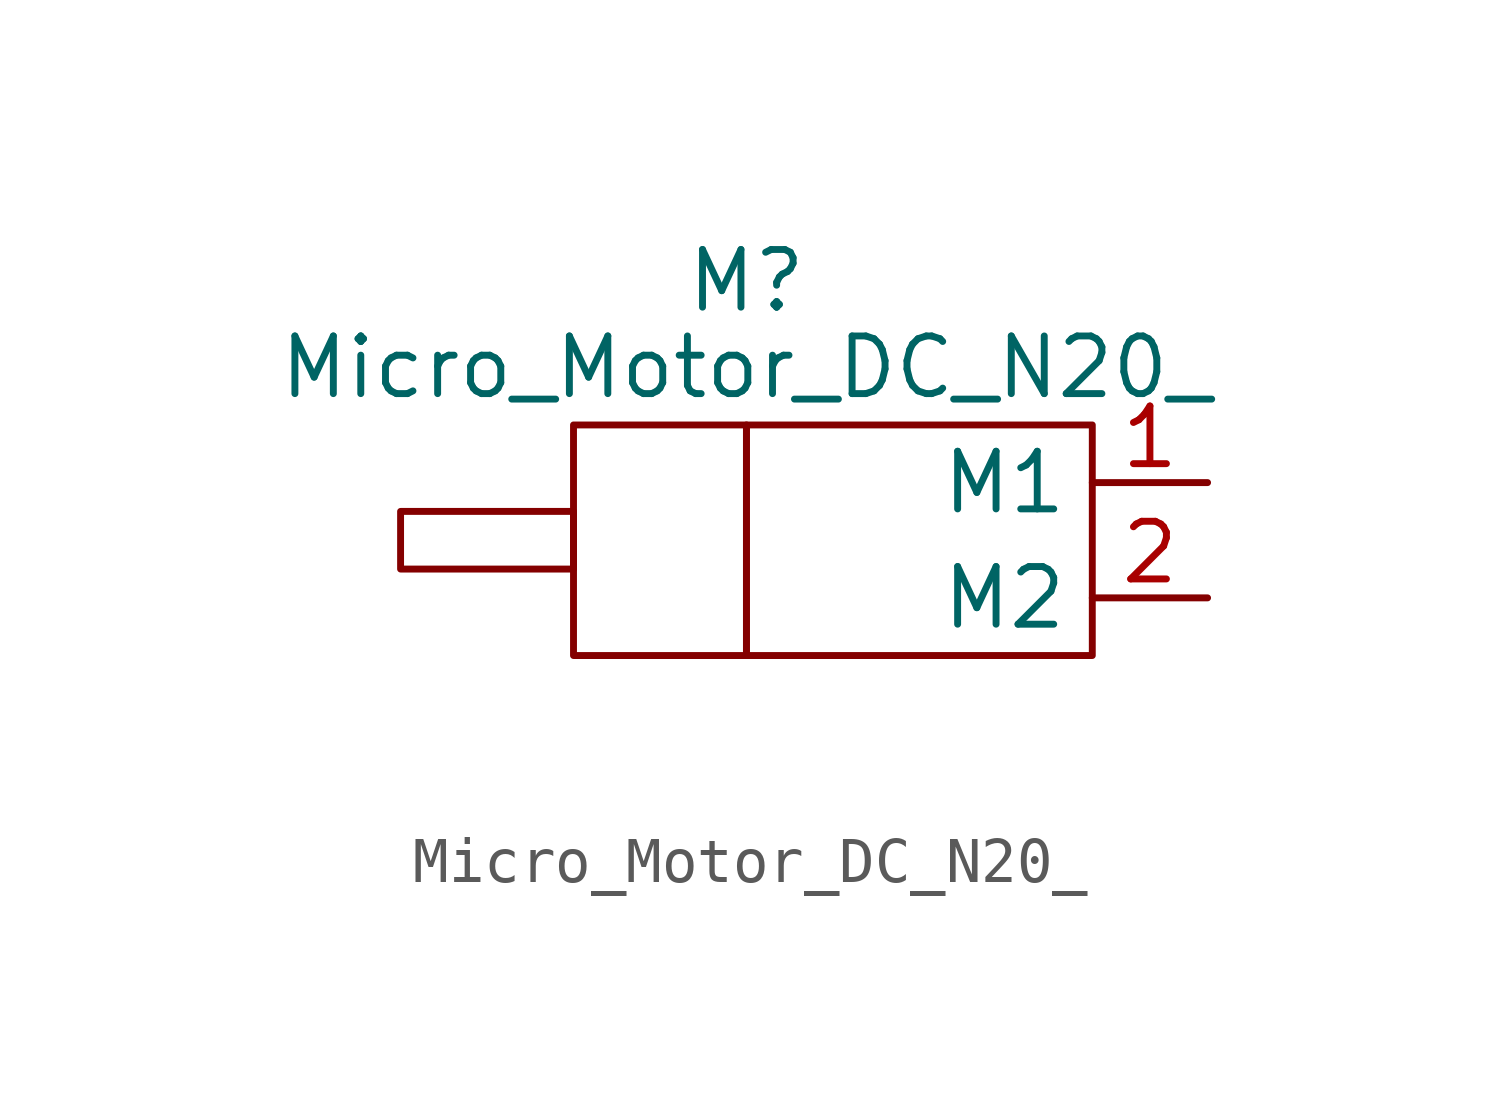
<source format=kicad_sym>
(kicad_symbol_lib
  (version 20211014)
  (generator kicad_symbol_editor)
  (symbol "Micro_Motor_DC_N20_"
    (property "Reference" "M"
      (at 0 5.715 0)
      (effects (font (size 1.27 1.27))))
    (property "Value" "Micro_Motor_DC_N20_"
      (at 0 3.81 0)
      (effects (font (size 1.27 1.27))))
    (symbol "Micro_Motor_DC_N20__0_1"
      (rectangle (start -7.62 0.635) (end -3.81 -0.635) (stroke (width 0.152) (type default) (color 0 0 0 0)) (fill (type none)))
      (rectangle (start -3.81 2.54) (end 0 -2.54) (stroke (width 0.152) (type default) (color 0 0 0 0)) (fill (type none)))
      (rectangle (start 0 2.54) (end 7.62 -2.54) (stroke (width 0.152) (type default) (color 0 0 0 0)) (fill (type none))))
    (symbol "Micro_Motor_DC_N20__1_1"
      (pin bidirectional line (at 10.16 1.27 180) (length 2.54) (name "M1" (effects (font (size 1.27 1.27)))) (number "1" (effects (font (size 1.27 1.27)))))
      (pin bidirectional line (at 10.16 -1.27 180) (length 2.54) (name "M2" (effects (font (size 1.27 1.27)))) (number "2" (effects (font (size 1.27 1.27)))))
      (pin no_connect line (at 2.54 5.08 270) (length 2.54) hide (name "3" (effects (font (size 1.27 1.27)))) (number "3" (effects (font (size 1.27 1.27)))))
      (pin no_connect line (at 2.54 -5.08 90) (length 2.54) hide (name "4" (effects (font (size 1.27 1.27)))) (number "4" (effects (font (size 1.27 1.27))))))))
</source>
